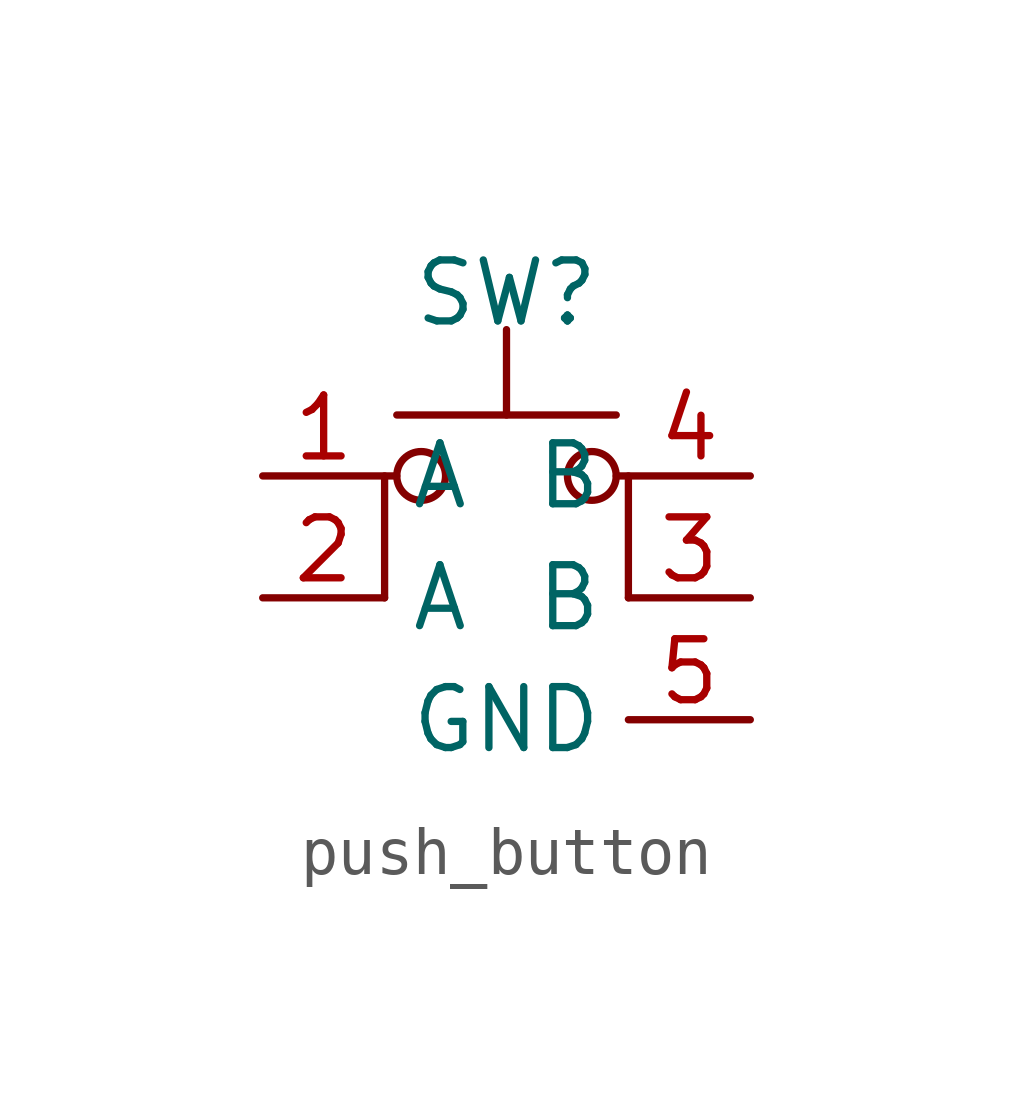
<source format=kicad_sym>
(kicad_symbol_lib
  (version 20220914)
  (generator kicad_symbol_editor)
  (symbol "push_button"
    (property "Reference" "SW"
      (at 0 5.08 0)
      (effects (font (size 1.27 1.27))))
    (property "Value" ""
      (at 0 5.08 0)
      (effects (font (size 1.27 1.27))))
    (symbol "push_button_0_1"
      (circle (center -1.778 1.27) (radius 0.508) (stroke (width 0) (type default)) (fill (type none)))
      (polyline (pts (xy -2.286 2.54) (xy 2.286 2.54)) (stroke (width 0) (type default)) (fill (type none)))
      (polyline (pts (xy 0 2.54) (xy 0 4.318)) (stroke (width 0) (type default)) (fill (type none)))
      (polyline (pts (xy -2.54 -1.27) (xy -2.54 1.27) (xy -2.286 1.27)) (stroke (width 0) (type default)) (fill (type none)))
      (polyline (pts (xy 2.54 -1.27) (xy 2.54 1.27) (xy 2.286 1.27)) (stroke (width 0) (type default)) (fill (type none)))
      (circle (center 1.778 1.27) (radius 0.508) (stroke (width 0) (type default)) (fill (type none))))
    (symbol "push_button_1_1"
      (pin passive line (at -5.08 1.27 0) (length 2.54) (name "A" (effects (font (size 1.27 1.27)))) (number "1" (effects (font (size 1.27 1.27)))))
      (pin passive line (at -5.08 -1.27 0) (length 2.54) (name "A" (effects (font (size 1.27 1.27)))) (number "2" (effects (font (size 1.27 1.27)))))
      (pin passive line (at 5.08 -1.27 180) (length 2.54) (name "B" (effects (font (size 1.27 1.27)))) (number "3" (effects (font (size 1.27 1.27)))))
      (pin passive line (at 5.08 1.27 180) (length 2.54) (name "B" (effects (font (size 1.27 1.27)))) (number "4" (effects (font (size 1.27 1.27)))))
      (pin passive line (at 5.08 -3.81 180) (length 2.54) (name "GND" (effects (font (size 1.27 1.27)))) (number "5" (effects (font (size 1.27 1.27))))))))
</source>
